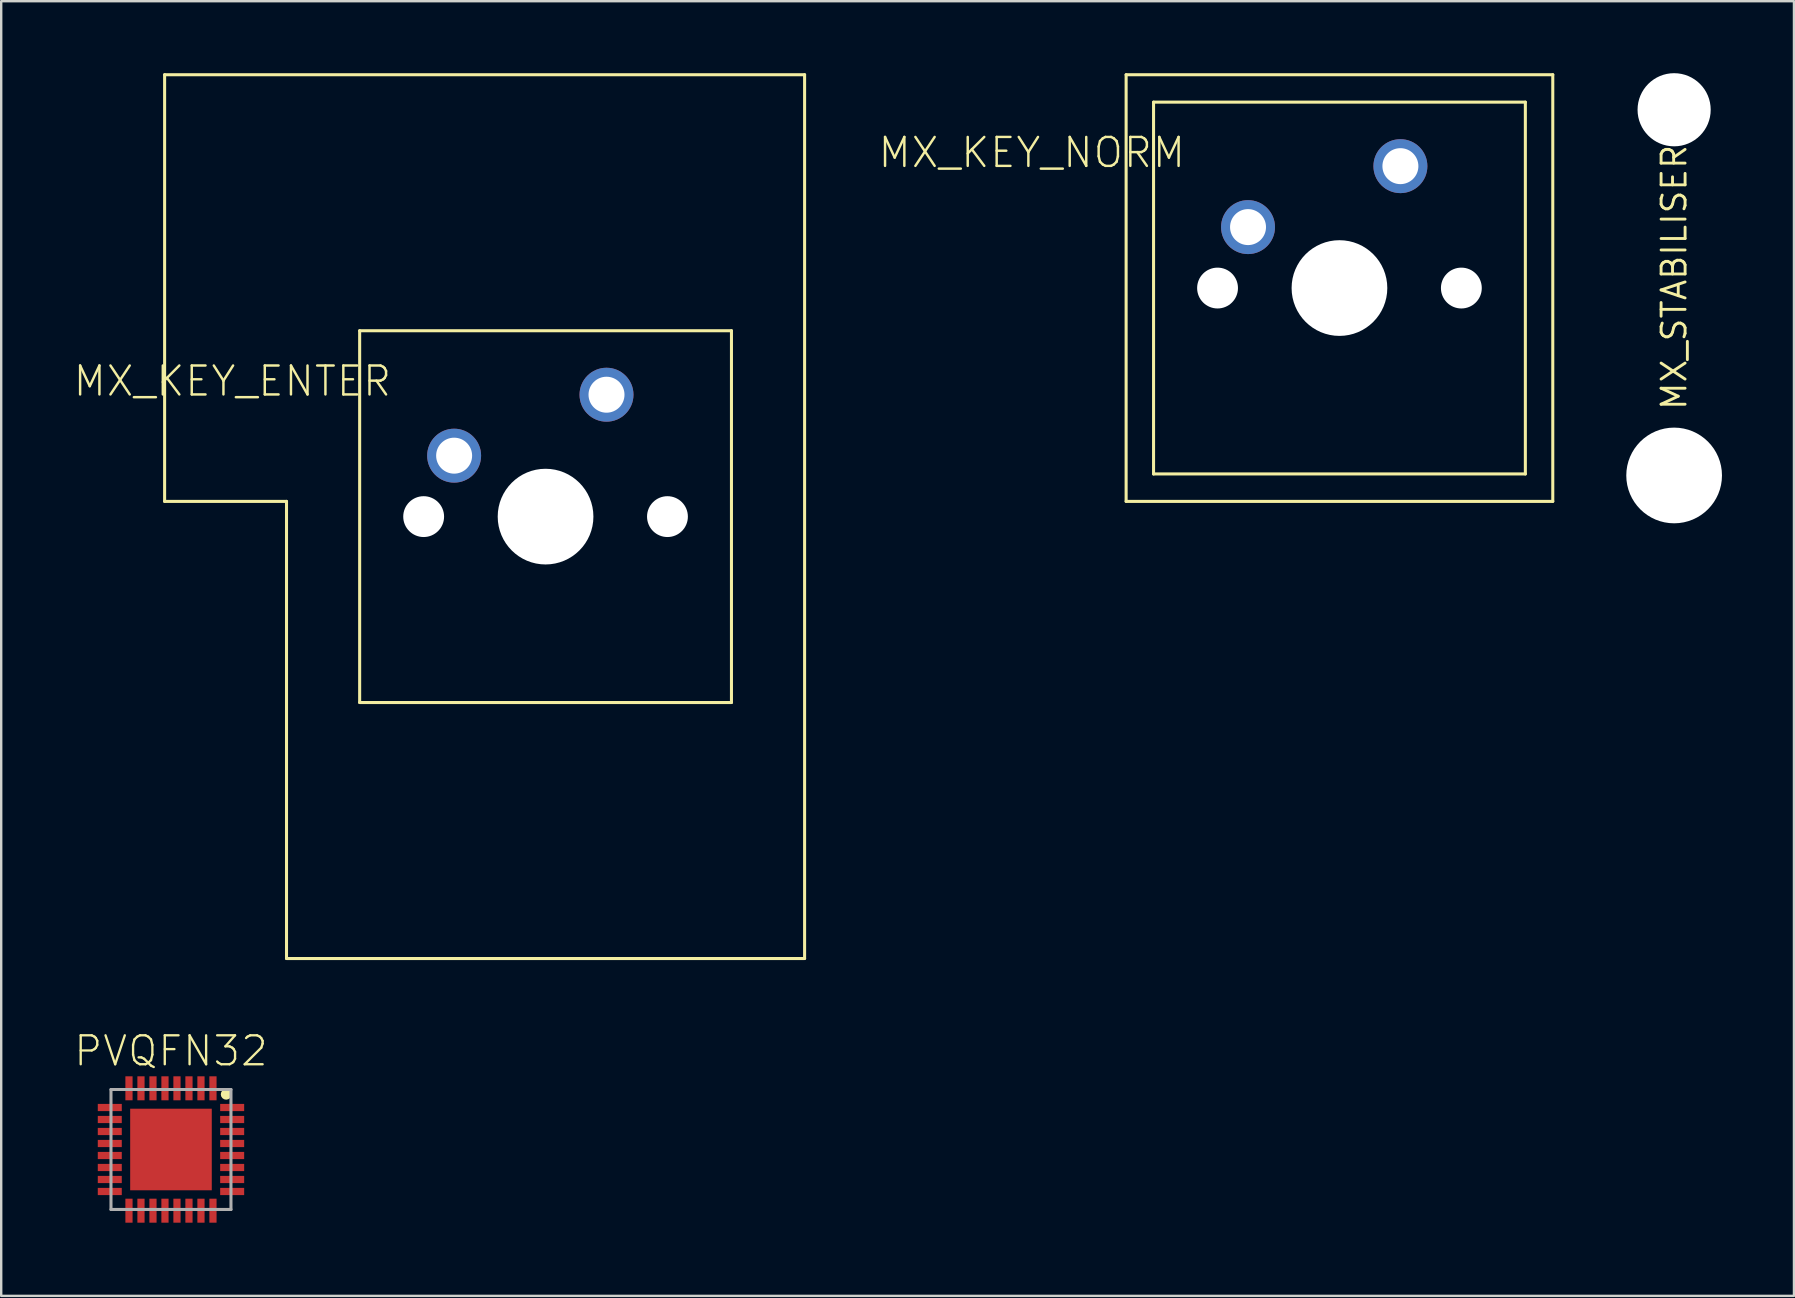
<source format=kicad_pcb>
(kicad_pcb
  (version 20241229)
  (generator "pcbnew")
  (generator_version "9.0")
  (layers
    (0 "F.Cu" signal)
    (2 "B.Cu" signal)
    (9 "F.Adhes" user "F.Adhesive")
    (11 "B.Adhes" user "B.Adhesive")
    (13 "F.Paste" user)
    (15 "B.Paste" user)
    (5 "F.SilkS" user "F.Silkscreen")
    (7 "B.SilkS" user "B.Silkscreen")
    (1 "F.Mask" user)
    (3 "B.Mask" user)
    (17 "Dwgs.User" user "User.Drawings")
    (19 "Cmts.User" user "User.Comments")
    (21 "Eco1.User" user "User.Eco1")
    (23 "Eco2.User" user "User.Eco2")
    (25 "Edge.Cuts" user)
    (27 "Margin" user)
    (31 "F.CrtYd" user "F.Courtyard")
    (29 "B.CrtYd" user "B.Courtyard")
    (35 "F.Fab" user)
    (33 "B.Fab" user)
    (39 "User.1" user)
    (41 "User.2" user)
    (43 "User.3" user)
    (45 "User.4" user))
  (footprint "MX_KEY_NORM"
    (layer "F.Cu")
    (at 52.769 8.954)
    (property "Reference" "MX_KEY_NORM" (at -6.35 -6.35 0) (layer "F.SilkS") (effects (font (size 1.206 1.206) (thickness 0.102)) (justify right top)))
    (attr through_hole)
    (fp_line (start -8.89 -8.89) (end 8.89 -8.89) (stroke (width 0.127) (type solid)) (layer "F.SilkS"))
    (fp_line (start -8.89 8.89) (end -8.89 -8.89) (stroke (width 0.127) (type solid)) (layer "F.SilkS"))
    (fp_line (start -7.747 -7.747) (end -7.747 7.747) (stroke (width 0.127) (type solid)) (layer "F.SilkS"))
    (fp_line (start -7.747 7.747) (end 7.747 7.747) (stroke (width 0.127) (type solid)) (layer "F.SilkS"))
    (fp_line (start 7.747 -7.747) (end -7.747 -7.747) (stroke (width 0.127) (type solid)) (layer "F.SilkS"))
    (fp_line (start 7.747 7.747) (end 7.747 -7.747) (stroke (width 0.127) (type solid)) (layer "F.SilkS"))
    (fp_line (start 8.89 -8.89) (end 8.89 8.89) (stroke (width 0.127) (type solid)) (layer "F.SilkS"))
    (fp_line (start 8.89 8.89) (end -8.89 8.89) (stroke (width 0.127) (type solid)) (layer "F.SilkS"))
    (pad "" np_thru_hole circle (at -5.08 0) (size 1.702 1.702) (drill 1.702) (layers "*.Cu" "*.Mask"))
    (pad "" np_thru_hole circle (at 0 0) (size 3.988 3.988) (drill 3.988) (layers "*.Cu" "*.Mask"))
    (pad "" np_thru_hole circle (at 5.08 0) (size 1.702 1.702) (drill 1.702) (layers "*.Cu" "*.Mask"))
    (pad "1" thru_hole circle (at -3.81 -2.54) (size 2.248 2.248) (drill 1.499) (layers "*.Cu" "*.Mask"))
    (pad "2" thru_hole circle (at 2.54 -5.08) (size 2.248 2.248) (drill 1.499) (layers "*.Cu" "*.Mask")))
  (footprint "PVQFN32"
    (layer "F.Cu")
    (at 4.075 44.853)
    (property "Reference" "PVQFN32" (at 0 -3.4 180) (layer "F.SilkS") (effects (font (size 1.206 1.206) (thickness 0.097)) (justify bottom)))
    (attr through_hole)
    (fp_poly (pts (xy -3.1 -1.55) (xy -2 -1.55) (xy -2 -1.95) (xy -3.1 -1.95)) (stroke (width 0) (type solid)) (fill yes) (layer "F.Mask"))
    (fp_poly (pts (xy -3.1 -1.05) (xy -2 -1.05) (xy -2 -1.45) (xy -3.1 -1.45)) (stroke (width 0) (type solid)) (fill yes) (layer "F.Mask"))
    (fp_poly (pts (xy -3.1 -0.55) (xy -2 -0.55) (xy -2 -0.95) (xy -3.1 -0.95)) (stroke (width 0) (type solid)) (fill yes) (layer "F.Mask"))
    (fp_poly (pts (xy -3.1 -0.05) (xy -2 -0.05) (xy -2 -0.45) (xy -3.1 -0.45)) (stroke (width 0) (type solid)) (fill yes) (layer "F.Mask"))
    (fp_poly (pts (xy -3.1 0.45) (xy -2 0.45) (xy -2 0.05) (xy -3.1 0.05)) (stroke (width 0) (type solid)) (fill yes) (layer "F.Mask"))
    (fp_poly (pts (xy -3.1 0.95) (xy -2 0.95) (xy -2 0.55) (xy -3.1 0.55)) (stroke (width 0) (type solid)) (fill yes) (layer "F.Mask"))
    (fp_poly (pts (xy -3.1 1.45) (xy -2 1.45) (xy -2 1.05) (xy -3.1 1.05)) (stroke (width 0) (type solid)) (fill yes) (layer "F.Mask"))
    (fp_poly (pts (xy -3.1 1.95) (xy -2 1.95) (xy -2 1.55) (xy -3.1 1.55)) (stroke (width 0) (type solid)) (fill yes) (layer "F.Mask"))
    (fp_poly (pts (xy -1.95 -3.1) (xy -1.95 -2) (xy -1.55 -2) (xy -1.55 -3.1)) (stroke (width 0) (type solid)) (fill yes) (layer "F.Mask"))
    (fp_poly (pts (xy -1.75 1.75) (xy 1.75 1.75) (xy 1.75 -1.75) (xy -1.75 -1.75)) (stroke (width 0) (type solid)) (fill yes) (layer "F.Mask"))
    (fp_poly (pts (xy -1.55 3.1) (xy -1.55 2) (xy -1.95 2) (xy -1.95 3.1)) (stroke (width 0) (type solid)) (fill yes) (layer "F.Mask"))
    (fp_poly (pts (xy -1.45 -3.1) (xy -1.45 -2) (xy -1.05 -2) (xy -1.05 -3.1)) (stroke (width 0) (type solid)) (fill yes) (layer "F.Mask"))
    (fp_poly (pts (xy -1.05 3.1) (xy -1.05 2) (xy -1.45 2) (xy -1.45 3.1)) (stroke (width 0) (type solid)) (fill yes) (layer "F.Mask"))
    (fp_poly (pts (xy -0.95 -3.1) (xy -0.95 -2) (xy -0.55 -2) (xy -0.55 -3.1)) (stroke (width 0) (type solid)) (fill yes) (layer "F.Mask"))
    (fp_poly (pts (xy -0.55 3.1) (xy -0.55 2) (xy -0.95 2) (xy -0.95 3.1)) (stroke (width 0) (type solid)) (fill yes) (layer "F.Mask"))
    (fp_poly (pts (xy -0.45 -3.1) (xy -0.45 -2) (xy -0.05 -2) (xy -0.05 -3.1)) (stroke (width 0) (type solid)) (fill yes) (layer "F.Mask"))
    (fp_poly (pts (xy -0.05 3.1) (xy -0.05 2) (xy -0.45 2) (xy -0.45 3.1)) (stroke (width 0) (type solid)) (fill yes) (layer "F.Mask"))
    (fp_poly (pts (xy 0.05 -3.1) (xy 0.05 -2) (xy 0.45 -2) (xy 0.45 -3.1)) (stroke (width 0) (type solid)) (fill yes) (layer "F.Mask"))
    (fp_poly (pts (xy 0.45 3.1) (xy 0.45 2) (xy 0.05 2) (xy 0.05 3.1)) (stroke (width 0) (type solid)) (fill yes) (layer "F.Mask"))
    (fp_poly (pts (xy 0.55 -3.1) (xy 0.55 -2) (xy 0.95 -2) (xy 0.95 -3.1)) (stroke (width 0) (type solid)) (fill yes) (layer "F.Mask"))
    (fp_poly (pts (xy 0.95 3.1) (xy 0.95 2) (xy 0.55 2) (xy 0.55 3.1)) (stroke (width 0) (type solid)) (fill yes) (layer "F.Mask"))
    (fp_poly (pts (xy 1.05 -3.1) (xy 1.05 -2) (xy 1.45 -2) (xy 1.45 -3.1)) (stroke (width 0) (type solid)) (fill yes) (layer "F.Mask"))
    (fp_poly (pts (xy 1.45 3.1) (xy 1.45 2) (xy 1.05 2) (xy 1.05 3.1)) (stroke (width 0) (type solid)) (fill yes) (layer "F.Mask"))
    (fp_poly (pts (xy 1.55 -3.1) (xy 1.55 -2) (xy 1.95 -2) (xy 1.95 -3.1)) (stroke (width 0) (type solid)) (fill yes) (layer "F.Mask"))
    (fp_poly (pts (xy 1.95 3.1) (xy 1.95 2) (xy 1.55 2) (xy 1.55 3.1)) (stroke (width 0) (type solid)) (fill yes) (layer "F.Mask"))
    (fp_poly (pts (xy 3.1 -1.95) (xy 2 -1.95) (xy 2 -1.55) (xy 3.1 -1.55)) (stroke (width 0) (type solid)) (fill yes) (layer "F.Mask"))
    (fp_poly (pts (xy 3.1 -1.45) (xy 2 -1.45) (xy 2 -1.05) (xy 3.1 -1.05)) (stroke (width 0) (type solid)) (fill yes) (layer "F.Mask"))
    (fp_poly (pts (xy 3.1 -0.95) (xy 2 -0.95) (xy 2 -0.55) (xy 3.1 -0.55)) (stroke (width 0) (type solid)) (fill yes) (layer "F.Mask"))
    (fp_poly (pts (xy 3.1 -0.45) (xy 2 -0.45) (xy 2 -0.05) (xy 3.1 -0.05)) (stroke (width 0) (type solid)) (fill yes) (layer "F.Mask"))
    (fp_poly (pts (xy 3.1 0.05) (xy 2 0.05) (xy 2 0.45) (xy 3.1 0.45)) (stroke (width 0) (type solid)) (fill yes) (layer "F.Mask"))
    (fp_poly (pts (xy 3.1 0.55) (xy 2 0.55) (xy 2 0.95) (xy 3.1 0.95)) (stroke (width 0) (type solid)) (fill yes) (layer "F.Mask"))
    (fp_poly (pts (xy 3.1 1.05) (xy 2 1.05) (xy 2 1.45) (xy 3.1 1.45)) (stroke (width 0) (type solid)) (fill yes) (layer "F.Mask"))
    (fp_poly (pts (xy 3.1 1.55) (xy 2 1.55) (xy 2 1.95) (xy 3.1 1.95)) (stroke (width 0) (type solid)) (fill yes) (layer "F.Mask"))
    (fp_circle (center 2.3 -2.3) (end 2.412 -2.3) (stroke (width 0.224) (type solid)) (fill no) (layer "F.SilkS"))
    (fp_line (start -2.5 -2.5) (end 2.5 -2.5) (stroke (width 0.127) (type solid)) (layer "F.Fab"))
    (fp_line (start -2.5 2.5) (end -2.5 -2.5) (stroke (width 0.127) (type solid)) (layer "F.Fab"))
    (fp_line (start 2.5 -2.5) (end 2.5 2.5) (stroke (width 0.127) (type solid)) (layer "F.Fab"))
    (fp_line (start 2.5 2.5) (end -2.5 2.5) (stroke (width 0.127) (type solid)) (layer "F.Fab"))
    (pad "1" smd rect (at 1.75 -2.55 180) (size 0.3 1) (layers "F.Cu" "F.Mask" "F.Paste"))
    (pad "2" smd rect (at 1.25 -2.55 180) (size 0.3 1) (layers "F.Cu" "F.Mask" "F.Paste"))
    (pad "3" smd rect (at 0.75 -2.55 180) (size 0.3 1) (layers "F.Cu" "F.Mask" "F.Paste"))
    (pad "4" smd rect (at 0.25 -2.55 180) (size 0.3 1) (layers "F.Cu" "F.Mask" "F.Paste"))
    (pad "5" smd rect (at -0.25 -2.55 180) (size 0.3 1) (layers "F.Cu" "F.Mask" "F.Paste"))
    (pad "6" smd rect (at -0.75 -2.55 180) (size 0.3 1) (layers "F.Cu" "F.Mask" "F.Paste"))
    (pad "7" smd rect (at -1.25 -2.55 180) (size 0.3 1) (layers "F.Cu" "F.Mask" "F.Paste"))
    (pad "8" smd rect (at -1.75 -2.55 180) (size 0.3 1) (layers "F.Cu" "F.Mask" "F.Paste"))
    (pad "9" smd rect (at -2.55 -1.75 270) (size 0.3 1) (layers "F.Cu" "F.Mask" "F.Paste"))
    (pad "10" smd rect (at -2.55 -1.25 270) (size 0.3 1) (layers "F.Cu" "F.Mask" "F.Paste"))
    (pad "11" smd rect (at -2.55 -0.75 270) (size 0.3 1) (layers "F.Cu" "F.Mask" "F.Paste"))
    (pad "12" smd rect (at -2.55 -0.25 270) (size 0.3 1) (layers "F.Cu" "F.Mask" "F.Paste"))
    (pad "13" smd rect (at -2.55 0.25 270) (size 0.3 1) (layers "F.Cu" "F.Mask" "F.Paste"))
    (pad "14" smd rect (at -2.55 0.75 270) (size 0.3 1) (layers "F.Cu" "F.Mask" "F.Paste"))
    (pad "15" smd rect (at -2.55 1.25 270) (size 0.3 1) (layers "F.Cu" "F.Mask" "F.Paste"))
    (pad "16" smd rect (at -2.55 1.75 270) (size 0.3 1) (layers "F.Cu" "F.Mask" "F.Paste"))
    (pad "17" smd rect (at -1.75 2.55) (size 0.3 1) (layers "F.Cu" "F.Mask" "F.Paste"))
    (pad "18" smd rect (at -1.25 2.55) (size 0.3 1) (layers "F.Cu" "F.Mask" "F.Paste"))
    (pad "19" smd rect (at -0.75 2.55) (size 0.3 1) (layers "F.Cu" "F.Mask" "F.Paste"))
    (pad "20" smd rect (at -0.25 2.55) (size 0.3 1) (layers "F.Cu" "F.Mask" "F.Paste"))
    (pad "21" smd rect (at 0.25 2.55) (size 0.3 1) (layers "F.Cu" "F.Mask" "F.Paste"))
    (pad "22" smd rect (at 0.75 2.55) (size 0.3 1) (layers "F.Cu" "F.Mask" "F.Paste"))
    (pad "23" smd rect (at 1.25 2.55) (size 0.3 1) (layers "F.Cu" "F.Mask" "F.Paste"))
    (pad "24" smd rect (at 1.75 2.55) (size 0.3 1) (layers "F.Cu" "F.Mask" "F.Paste"))
    (pad "25" smd rect (at 2.55 1.75 90) (size 0.3 1) (layers "F.Cu" "F.Mask" "F.Paste"))
    (pad "26" smd rect (at 2.55 1.25 90) (size 0.3 1) (layers "F.Cu" "F.Mask" "F.Paste"))
    (pad "27" smd rect (at 2.55 0.75 90) (size 0.3 1) (layers "F.Cu" "F.Mask" "F.Paste"))
    (pad "28" smd rect (at 2.55 0.25 90) (size 0.3 1) (layers "F.Cu" "F.Mask" "F.Paste"))
    (pad "29" smd rect (at 2.55 -0.25 90) (size 0.3 1) (layers "F.Cu" "F.Mask" "F.Paste"))
    (pad "30" smd rect (at 2.55 -0.75 90) (size 0.3 1) (layers "F.Cu" "F.Mask" "F.Paste"))
    (pad "31" smd rect (at 2.55 -1.25 90) (size 0.3 1) (layers "F.Cu" "F.Mask" "F.Paste"))
    (pad "32" smd rect (at 2.55 -1.75 90) (size 0.3 1) (layers "F.Cu" "F.Mask" "F.Paste"))
    (pad "PGND" smd rect (at 0 0) (size 3.4 3.4) (layers "F.Cu" "F.Mask" "F.Paste")))
  (footprint "MX_KEY_ENTER"
    (layer "F.Cu")
    (at 19.685 18.479)
    (property "Reference" "MX_KEY_ENTER" (at -6.35 -6.35 0) (layer "F.SilkS") (effects (font (size 1.206 1.206) (thickness 0.102)) (justify right top)))
    (attr through_hole)
    (fp_line (start -15.875 -18.415) (end 10.795 -18.415) (stroke (width 0.127) (type solid)) (layer "F.SilkS"))
    (fp_line (start -15.875 -0.635) (end -15.875 -18.415) (stroke (width 0.127) (type solid)) (layer "F.SilkS"))
    (fp_line (start -10.795 -0.635) (end -15.875 -0.635) (stroke (width 0.127) (type solid)) (layer "F.SilkS"))
    (fp_line (start -10.795 18.415) (end -10.795 -0.635) (stroke (width 0.127) (type solid)) (layer "F.SilkS"))
    (fp_line (start -7.747 -7.747) (end -7.747 7.747) (stroke (width 0.127) (type solid)) (layer "F.SilkS"))
    (fp_line (start -7.747 7.747) (end 7.747 7.747) (stroke (width 0.127) (type solid)) (layer "F.SilkS"))
    (fp_line (start 7.747 -7.747) (end -7.747 -7.747) (stroke (width 0.127) (type solid)) (layer "F.SilkS"))
    (fp_line (start 7.747 7.747) (end 7.747 -7.747) (stroke (width 0.127) (type solid)) (layer "F.SilkS"))
    (fp_line (start 10.795 -18.415) (end 10.795 18.415) (stroke (width 0.127) (type solid)) (layer "F.SilkS"))
    (fp_line (start 10.795 18.415) (end -10.795 18.415) (stroke (width 0.127) (type solid)) (layer "F.SilkS"))
    (pad "" np_thru_hole circle (at -5.08 0) (size 1.702 1.702) (drill 1.702) (layers "*.Cu" "*.Mask"))
    (pad "" np_thru_hole circle (at 0 0) (size 3.988 3.988) (drill 3.988) (layers "*.Cu" "*.Mask"))
    (pad "" np_thru_hole circle (at 5.08 0) (size 1.702 1.702) (drill 1.702) (layers "*.Cu" "*.Mask"))
    (pad "1" thru_hole circle (at -3.81 -2.54) (size 2.248 2.248) (drill 1.499) (layers "*.Cu" "*.Mask"))
    (pad "2" thru_hole circle (at 2.54 -5.08) (size 2.248 2.248) (drill 1.499) (layers "*.Cu" "*.Mask")))
  (footprint "MX_STABILISER"
    (layer "F.Cu")
    (at 66.716 8.509)
    (property "Reference" "MX_STABILISER" (at 0 0 90) (layer "F.SilkS") (effects (font (size 1 1) (thickness 0.12))))
    (attr through_hole)
    (pad "" np_thru_hole circle (at 0 -6.985) (size 3.048 3.048) (drill 3.048) (layers "*.Cu" "*.Mask"))
    (pad "" np_thru_hole circle (at 0 8.255) (size 3.988 3.988) (drill 3.988) (layers "*.Cu" "*.Mask")))
  (gr_rect
    (start -3 -3)
    (end 71.71 50.953)
    (stroke (width 0.1) (type default))
    (fill no)
    (layer "Edge.Cuts")))
</source>
